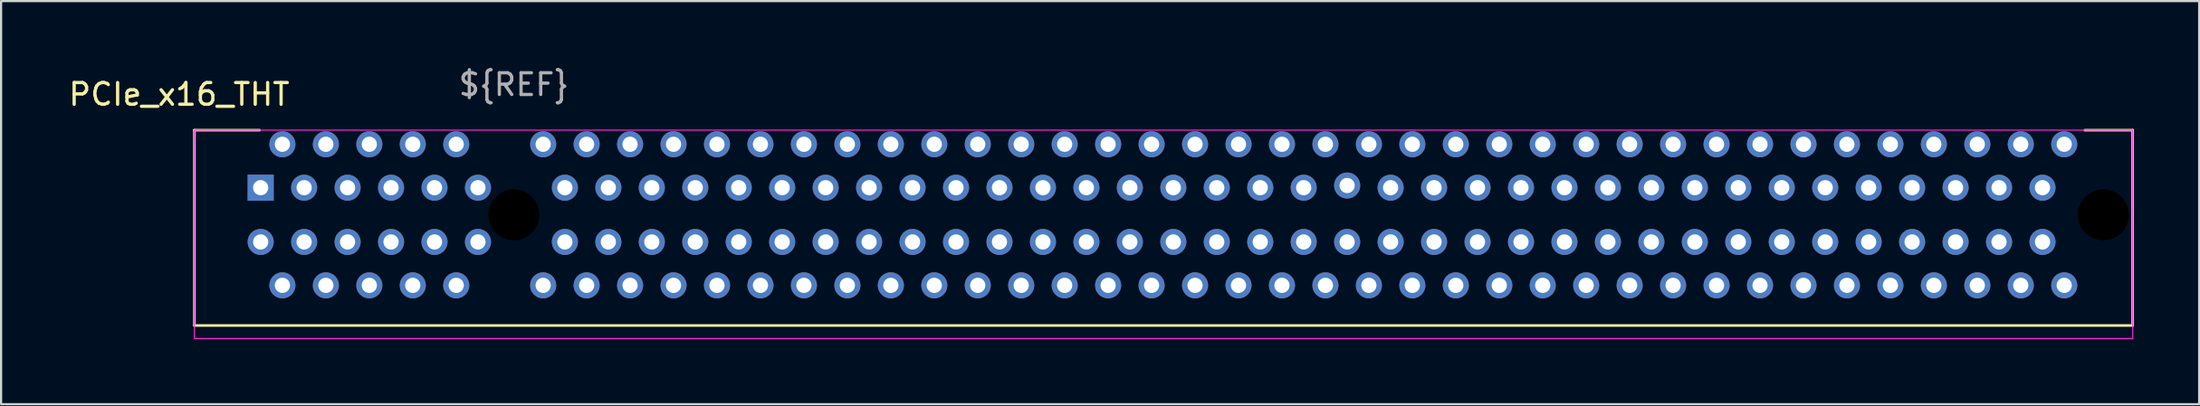
<source format=kicad_pcb>
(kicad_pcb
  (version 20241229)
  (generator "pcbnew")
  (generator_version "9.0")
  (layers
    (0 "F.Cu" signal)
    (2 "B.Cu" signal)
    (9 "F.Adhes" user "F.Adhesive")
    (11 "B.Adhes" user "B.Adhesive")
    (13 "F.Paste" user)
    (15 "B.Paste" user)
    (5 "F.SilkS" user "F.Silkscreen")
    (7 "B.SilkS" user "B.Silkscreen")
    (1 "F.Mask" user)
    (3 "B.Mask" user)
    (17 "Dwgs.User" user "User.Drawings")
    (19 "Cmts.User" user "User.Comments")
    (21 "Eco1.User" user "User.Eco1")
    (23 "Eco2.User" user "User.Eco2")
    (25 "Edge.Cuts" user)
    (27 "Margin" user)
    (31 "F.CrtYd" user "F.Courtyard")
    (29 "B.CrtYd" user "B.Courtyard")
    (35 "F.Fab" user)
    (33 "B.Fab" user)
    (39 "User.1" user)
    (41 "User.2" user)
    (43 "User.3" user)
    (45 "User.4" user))
  (footprint "PCIe_x16_THT"
    (layer "F.Cu")
    (at 20.596 6.848)
    (property "Reference" "PCIe_x16_THT" (at -15.4 -5.55 0) (unlocked yes) (layer "F.SilkS") (effects (font (size 1 1) (thickness 0.15))))
    (fp_line (start -14.7 -3.9) (end -14.7 5.1) (stroke (width 0.12) (type solid)) (layer "F.SilkS"))
    (fp_line (start -14.7 -3.9) (end -11.7 -3.9) (stroke (width 0.12) (type solid)) (layer "F.SilkS"))
    (fp_line (start -14.7 5.1) (end 74.5 5.1) (stroke (width 0.12) (type solid)) (layer "F.SilkS"))
    (fp_line (start 74.5 -3.9) (end 72.3 -3.9) (stroke (width 0.12) (type solid)) (layer "F.SilkS"))
    (fp_line (start 74.5 5.1) (end 74.5 -3.9) (stroke (width 0.12) (type solid)) (layer "F.SilkS"))
    (fp_rect (start -14.7 5.7) (end 74.504 -3.9) (stroke (width 0.05) (type solid)) (fill no) (layer "F.CrtYd"))
    (fp_text user "${REF}" (at 0 -6 0) (unlocked yes) (layer "F.Fab") (effects (font (size 1 1) (thickness 0.15))))
    (pad "" np_thru_hole circle (at 0 0) (size 2.35 2.35) (drill 2.35) (layers "*.Mask"))
    (pad "" np_thru_hole circle (at 73.15 0) (size 2.35 2.35) (drill 2.35) (layers "*.Mask"))
    (pad "A1" thru_hole rect (at -11.65 -1.25) (size 1.2 1.2) (drill 0.7) (layers "*.Cu" "*.Mask"))
    (pad "A2" thru_hole circle (at -10.65 -3.25) (size 1.2 1.2) (drill 0.7) (layers "*.Cu" "*.Mask"))
    (pad "A3" thru_hole circle (at -9.65 -1.25) (size 1.2 1.2) (drill 0.7) (layers "*.Cu" "*.Mask"))
    (pad "A4" thru_hole circle (at -8.65 -3.25) (size 1.2 1.2) (drill 0.7) (layers "*.Cu" "*.Mask"))
    (pad "A5" thru_hole circle (at -7.65 -1.25) (size 1.2 1.2) (drill 0.7) (layers "*.Cu" "*.Mask"))
    (pad "A6" thru_hole circle (at -6.65 -3.25) (size 1.2 1.2) (drill 0.7) (layers "*.Cu" "*.Mask"))
    (pad "A7" thru_hole circle (at -5.65 -1.25) (size 1.2 1.2) (drill 0.7) (layers "*.Cu" "*.Mask"))
    (pad "A8" thru_hole circle (at -4.65 -3.25) (size 1.2 1.2) (drill 0.7) (layers "*.Cu" "*.Mask"))
    (pad "A9" thru_hole circle (at -3.65 -1.25) (size 1.2 1.2) (drill 0.7) (layers "*.Cu" "*.Mask"))
    (pad "A10" thru_hole circle (at -2.65 -3.25) (size 1.2 1.2) (drill 0.7) (layers "*.Cu" "*.Mask"))
    (pad "A11" thru_hole circle (at -1.65 -1.25) (size 1.2 1.2) (drill 0.7) (layers "*.Cu" "*.Mask"))
    (pad "A12" thru_hole circle (at 1.35 -3.25) (size 1.2 1.2) (drill 0.7) (layers "*.Cu" "*.Mask"))
    (pad "A13" thru_hole circle (at 2.35 -1.25) (size 1.2 1.2) (drill 0.7) (layers "*.Cu" "*.Mask"))
    (pad "A14" thru_hole circle (at 3.35 -3.25) (size 1.2 1.2) (drill 0.7) (layers "*.Cu" "*.Mask"))
    (pad "A15" thru_hole circle (at 4.35 -1.25) (size 1.2 1.2) (drill 0.7) (layers "*.Cu" "*.Mask"))
    (pad "A16" thru_hole circle (at 5.35 -3.25) (size 1.2 1.2) (drill 0.7) (layers "*.Cu" "*.Mask"))
    (pad "A17" thru_hole circle (at 6.35 -1.25) (size 1.2 1.2) (drill 0.7) (layers "*.Cu" "*.Mask"))
    (pad "A18" thru_hole circle (at 7.35 -3.25) (size 1.2 1.2) (drill 0.7) (layers "*.Cu" "*.Mask"))
    (pad "A19" thru_hole circle (at 8.35 -1.25) (size 1.2 1.2) (drill 0.7) (layers "*.Cu" "*.Mask"))
    (pad "A20" thru_hole circle (at 9.35 -3.25) (size 1.2 1.2) (drill 0.7) (layers "*.Cu" "*.Mask"))
    (pad "A21" thru_hole circle (at 10.35 -1.25) (size 1.2 1.2) (drill 0.7) (layers "*.Cu" "*.Mask"))
    (pad "A22" thru_hole circle (at 11.35 -3.25) (size 1.2 1.2) (drill 0.7) (layers "*.Cu" "*.Mask"))
    (pad "A23" thru_hole circle (at 12.35 -1.25) (size 1.2 1.2) (drill 0.7) (layers "*.Cu" "*.Mask"))
    (pad "A24" thru_hole circle (at 13.35 -3.25) (size 1.2 1.2) (drill 0.7) (layers "*.Cu" "*.Mask"))
    (pad "A25" thru_hole circle (at 14.35 -1.25) (size 1.2 1.2) (drill 0.7) (layers "*.Cu" "*.Mask"))
    (pad "A26" thru_hole circle (at 15.35 -3.25) (size 1.2 1.2) (drill 0.7) (layers "*.Cu" "*.Mask"))
    (pad "A27" thru_hole circle (at 16.35 -1.25) (size 1.2 1.2) (drill 0.7) (layers "*.Cu" "*.Mask"))
    (pad "A28" thru_hole circle (at 17.35 -3.25) (size 1.2 1.2) (drill 0.7) (layers "*.Cu" "*.Mask"))
    (pad "A29" thru_hole circle (at 18.35 -1.25) (size 1.2 1.2) (drill 0.7) (layers "*.Cu" "*.Mask"))
    (pad "A30" thru_hole circle (at 19.35 -3.25) (size 1.2 1.2) (drill 0.7) (layers "*.Cu" "*.Mask"))
    (pad "A31" thru_hole circle (at 20.35 -1.25) (size 1.2 1.2) (drill 0.7) (layers "*.Cu" "*.Mask"))
    (pad "A32" thru_hole circle (at 21.35 -3.25) (size 1.2 1.2) (drill 0.7) (layers "*.Cu" "*.Mask"))
    (pad "A33" thru_hole circle (at 22.35 -1.25) (size 1.2 1.2) (drill 0.7) (layers "*.Cu" "*.Mask"))
    (pad "A34" thru_hole circle (at 23.35 -3.25) (size 1.2 1.2) (drill 0.7) (layers "*.Cu" "*.Mask"))
    (pad "A35" thru_hole circle (at 24.35 -1.25) (size 1.2 1.2) (drill 0.7) (layers "*.Cu" "*.Mask"))
    (pad "A36" thru_hole circle (at 25.35 -3.25) (size 1.2 1.2) (drill 0.7) (layers "*.Cu" "*.Mask"))
    (pad "A37" thru_hole circle (at 26.35 -1.25) (size 1.2 1.2) (drill 0.7) (layers "*.Cu" "*.Mask"))
    (pad "A38" thru_hole circle (at 27.35 -3.25) (size 1.2 1.2) (drill 0.7) (layers "*.Cu" "*.Mask"))
    (pad "A39" thru_hole circle (at 28.35 -1.25) (size 1.2 1.2) (drill 0.7) (layers "*.Cu" "*.Mask"))
    (pad "A40" thru_hole circle (at 29.35 -3.25) (size 1.2 1.2) (drill 0.7) (layers "*.Cu" "*.Mask"))
    (pad "A41" thru_hole circle (at 30.35 -1.25) (size 1.2 1.2) (drill 0.7) (layers "*.Cu" "*.Mask"))
    (pad "A42" thru_hole circle (at 31.35 -3.25) (size 1.2 1.2) (drill 0.7) (layers "*.Cu" "*.Mask"))
    (pad "A43" thru_hole circle (at 32.35 -1.25) (size 1.2 1.2) (drill 0.7) (layers "*.Cu" "*.Mask"))
    (pad "A44" thru_hole circle (at 33.35 -3.25) (size 1.2 1.2) (drill 0.7) (layers "*.Cu" "*.Mask"))
    (pad "A45" thru_hole circle (at 34.35 -1.25) (size 1.2 1.2) (drill 0.7) (layers "*.Cu" "*.Mask"))
    (pad "A46" thru_hole circle (at 35.35 -3.25) (size 1.2 1.2) (drill 0.7) (layers "*.Cu" "*.Mask"))
    (pad "A47" thru_hole circle (at 36.35 -1.25) (size 1.2 1.2) (drill 0.7) (layers "*.Cu" "*.Mask"))
    (pad "A48" thru_hole circle (at 37.35 -3.25) (size 1.2 1.2) (drill 0.7) (layers "*.Cu" "*.Mask"))
    (pad "A49" thru_hole circle (at 38.35 -1.35) (size 1.2 1.2) (drill 0.7) (layers "*.Cu" "*.Mask"))
    (pad "A50" thru_hole circle (at 39.35 -3.25) (size 1.2 1.2) (drill 0.7) (layers "*.Cu" "*.Mask"))
    (pad "A51" thru_hole circle (at 40.35 -1.25) (size 1.2 1.2) (drill 0.7) (layers "*.Cu" "*.Mask"))
    (pad "A52" thru_hole circle (at 41.35 -3.25) (size 1.2 1.2) (drill 0.7) (layers "*.Cu" "*.Mask"))
    (pad "A53" thru_hole circle (at 42.35 -1.25) (size 1.2 1.2) (drill 0.7) (layers "*.Cu" "*.Mask"))
    (pad "A54" thru_hole circle (at 43.35 -3.25) (size 1.2 1.2) (drill 0.7) (layers "*.Cu" "*.Mask"))
    (pad "A55" thru_hole circle (at 44.35 -1.25) (size 1.2 1.2) (drill 0.7) (layers "*.Cu" "*.Mask"))
    (pad "A56" thru_hole circle (at 45.35 -3.25) (size 1.2 1.2) (drill 0.7) (layers "*.Cu" "*.Mask"))
    (pad "A57" thru_hole circle (at 46.35 -1.25) (size 1.2 1.2) (drill 0.7) (layers "*.Cu" "*.Mask"))
    (pad "A58" thru_hole circle (at 47.35 -3.25) (size 1.2 1.2) (drill 0.7) (layers "*.Cu" "*.Mask"))
    (pad "A59" thru_hole circle (at 48.35 -1.25) (size 1.2 1.2) (drill 0.7) (layers "*.Cu" "*.Mask"))
    (pad "A60" thru_hole circle (at 49.35 -3.25) (size 1.2 1.2) (drill 0.7) (layers "*.Cu" "*.Mask"))
    (pad "A61" thru_hole circle (at 50.35 -1.25) (size 1.2 1.2) (drill 0.7) (layers "*.Cu" "*.Mask"))
    (pad "A62" thru_hole circle (at 51.35 -3.25) (size 1.2 1.2) (drill 0.7) (layers "*.Cu" "*.Mask"))
    (pad "A63" thru_hole circle (at 52.35 -1.25) (size 1.2 1.2) (drill 0.7) (layers "*.Cu" "*.Mask"))
    (pad "A64" thru_hole circle (at 53.35 -3.25) (size 1.2 1.2) (drill 0.7) (layers "*.Cu" "*.Mask"))
    (pad "A65" thru_hole circle (at 54.35 -1.25) (size 1.2 1.2) (drill 0.7) (layers "*.Cu" "*.Mask"))
    (pad "A66" thru_hole circle (at 55.35 -3.25) (size 1.2 1.2) (drill 0.7) (layers "*.Cu" "*.Mask"))
    (pad "A67" thru_hole circle (at 56.35 -1.25) (size 1.2 1.2) (drill 0.7) (layers "*.Cu" "*.Mask"))
    (pad "A68" thru_hole circle (at 57.35 -3.25) (size 1.2 1.2) (drill 0.7) (layers "*.Cu" "*.Mask"))
    (pad "A69" thru_hole circle (at 58.35 -1.25) (size 1.2 1.2) (drill 0.7) (layers "*.Cu" "*.Mask"))
    (pad "A70" thru_hole circle (at 59.35 -3.25) (size 1.2 1.2) (drill 0.7) (layers "*.Cu" "*.Mask"))
    (pad "A71" thru_hole circle (at 60.35 -1.25) (size 1.2 1.2) (drill 0.7) (layers "*.Cu" "*.Mask"))
    (pad "A72" thru_hole circle (at 61.35 -3.25) (size 1.2 1.2) (drill 0.7) (layers "*.Cu" "*.Mask"))
    (pad "A73" thru_hole circle (at 62.35 -1.25) (size 1.2 1.2) (drill 0.7) (layers "*.Cu" "*.Mask"))
    (pad "A74" thru_hole circle (at 63.35 -3.25) (size 1.2 1.2) (drill 0.7) (layers "*.Cu" "*.Mask"))
    (pad "A75" thru_hole circle (at 64.35 -1.25) (size 1.2 1.2) (drill 0.7) (layers "*.Cu" "*.Mask"))
    (pad "A76" thru_hole circle (at 65.35 -3.25) (size 1.2 1.2) (drill 0.7) (layers "*.Cu" "*.Mask"))
    (pad "A77" thru_hole circle (at 66.35 -1.25) (size 1.2 1.2) (drill 0.7) (layers "*.Cu" "*.Mask"))
    (pad "A78" thru_hole circle (at 67.35 -3.25) (size 1.2 1.2) (drill 0.7) (layers "*.Cu" "*.Mask"))
    (pad "A79" thru_hole circle (at 68.35 -1.25) (size 1.2 1.2) (drill 0.7) (layers "*.Cu" "*.Mask"))
    (pad "A80" thru_hole circle (at 69.35 -3.25) (size 1.2 1.2) (drill 0.7) (layers "*.Cu" "*.Mask"))
    (pad "A81" thru_hole circle (at 70.35 -1.25) (size 1.2 1.2) (drill 0.7) (layers "*.Cu" "*.Mask"))
    (pad "A82" thru_hole circle (at 71.35 -3.25) (size 1.2 1.2) (drill 0.7) (layers "*.Cu" "*.Mask"))
    (pad "B1" thru_hole circle (at -11.65 1.25) (size 1.2 1.2) (drill 0.7) (layers "*.Cu" "*.Mask"))
    (pad "B2" thru_hole circle (at -10.65 3.25) (size 1.2 1.2) (drill 0.7) (layers "*.Cu" "*.Mask"))
    (pad "B3" thru_hole circle (at -9.65 1.25) (size 1.2 1.2) (drill 0.7) (layers "*.Cu" "*.Mask"))
    (pad "B4" thru_hole circle (at -8.65 3.25) (size 1.2 1.2) (drill 0.7) (layers "*.Cu" "*.Mask"))
    (pad "B5" thru_hole circle (at -7.65 1.25) (size 1.2 1.2) (drill 0.7) (layers "*.Cu" "*.Mask"))
    (pad "B6" thru_hole circle (at -6.65 3.25) (size 1.2 1.2) (drill 0.7) (layers "*.Cu" "*.Mask"))
    (pad "B7" thru_hole circle (at -5.65 1.25) (size 1.2 1.2) (drill 0.7) (layers "*.Cu" "*.Mask"))
    (pad "B8" thru_hole circle (at -4.65 3.25) (size 1.2 1.2) (drill 0.7) (layers "*.Cu" "*.Mask"))
    (pad "B9" thru_hole circle (at -3.65 1.25) (size 1.2 1.2) (drill 0.7) (layers "*.Cu" "*.Mask"))
    (pad "B10" thru_hole circle (at -2.65 3.25) (size 1.2 1.2) (drill 0.7) (layers "*.Cu" "*.Mask"))
    (pad "B11" thru_hole circle (at -1.65 1.25) (size 1.2 1.2) (drill 0.7) (layers "*.Cu" "*.Mask"))
    (pad "B12" thru_hole circle (at 1.35 3.25) (size 1.2 1.2) (drill 0.7) (layers "*.Cu" "*.Mask"))
    (pad "B13" thru_hole circle (at 2.35 1.25) (size 1.2 1.2) (drill 0.7) (layers "*.Cu" "*.Mask"))
    (pad "B14" thru_hole circle (at 3.35 3.25) (size 1.2 1.2) (drill 0.7) (layers "*.Cu" "*.Mask"))
    (pad "B15" thru_hole circle (at 4.35 1.25) (size 1.2 1.2) (drill 0.7) (layers "*.Cu" "*.Mask"))
    (pad "B16" thru_hole circle (at 5.35 3.25) (size 1.2 1.2) (drill 0.7) (layers "*.Cu" "*.Mask"))
    (pad "B17" thru_hole circle (at 6.35 1.25) (size 1.2 1.2) (drill 0.7) (layers "*.Cu" "*.Mask"))
    (pad "B18" thru_hole circle (at 7.35 3.25) (size 1.2 1.2) (drill 0.7) (layers "*.Cu" "*.Mask"))
    (pad "B19" thru_hole circle (at 8.35 1.25) (size 1.2 1.2) (drill 0.7) (layers "*.Cu" "*.Mask"))
    (pad "B20" thru_hole circle (at 9.35 3.25) (size 1.2 1.2) (drill 0.7) (layers "*.Cu" "*.Mask"))
    (pad "B21" thru_hole circle (at 10.35 1.25) (size 1.2 1.2) (drill 0.7) (layers "*.Cu" "*.Mask"))
    (pad "B22" thru_hole circle (at 11.35 3.25) (size 1.2 1.2) (drill 0.7) (layers "*.Cu" "*.Mask"))
    (pad "B23" thru_hole circle (at 12.35 1.25) (size 1.2 1.2) (drill 0.7) (layers "*.Cu" "*.Mask"))
    (pad "B24" thru_hole circle (at 13.35 3.25) (size 1.2 1.2) (drill 0.7) (layers "*.Cu" "*.Mask"))
    (pad "B25" thru_hole circle (at 14.35 1.25) (size 1.2 1.2) (drill 0.7) (layers "*.Cu" "*.Mask"))
    (pad "B26" thru_hole circle (at 15.35 3.25) (size 1.2 1.2) (drill 0.7) (layers "*.Cu" "*.Mask"))
    (pad "B27" thru_hole circle (at 16.35 1.25) (size 1.2 1.2) (drill 0.7) (layers "*.Cu" "*.Mask"))
    (pad "B28" thru_hole circle (at 17.35 3.25) (size 1.2 1.2) (drill 0.7) (layers "*.Cu" "*.Mask"))
    (pad "B29" thru_hole circle (at 18.35 1.25) (size 1.2 1.2) (drill 0.7) (layers "*.Cu" "*.Mask"))
    (pad "B30" thru_hole circle (at 19.35 3.25) (size 1.2 1.2) (drill 0.7) (layers "*.Cu" "*.Mask"))
    (pad "B31" thru_hole circle (at 20.35 1.25) (size 1.2 1.2) (drill 0.7) (layers "*.Cu" "*.Mask"))
    (pad "B32" thru_hole circle (at 21.35 3.25) (size 1.2 1.2) (drill 0.7) (layers "*.Cu" "*.Mask"))
    (pad "B33" thru_hole circle (at 22.35 1.25) (size 1.2 1.2) (drill 0.7) (layers "*.Cu" "*.Mask"))
    (pad "B34" thru_hole circle (at 23.35 3.25) (size 1.2 1.2) (drill 0.7) (layers "*.Cu" "*.Mask"))
    (pad "B35" thru_hole circle (at 24.35 1.25) (size 1.2 1.2) (drill 0.7) (layers "*.Cu" "*.Mask"))
    (pad "B36" thru_hole circle (at 25.35 3.25) (size 1.2 1.2) (drill 0.7) (layers "*.Cu" "*.Mask"))
    (pad "B37" thru_hole circle (at 26.35 1.25) (size 1.2 1.2) (drill 0.7) (layers "*.Cu" "*.Mask"))
    (pad "B38" thru_hole circle (at 27.35 3.25) (size 1.2 1.2) (drill 0.7) (layers "*.Cu" "*.Mask"))
    (pad "B39" thru_hole circle (at 28.35 1.25) (size 1.2 1.2) (drill 0.7) (layers "*.Cu" "*.Mask"))
    (pad "B40" thru_hole circle (at 29.35 3.25) (size 1.2 1.2) (drill 0.7) (layers "*.Cu" "*.Mask"))
    (pad "B41" thru_hole circle (at 30.35 1.25) (size 1.2 1.2) (drill 0.7) (layers "*.Cu" "*.Mask"))
    (pad "B42" thru_hole circle (at 31.35 3.25) (size 1.2 1.2) (drill 0.7) (layers "*.Cu" "*.Mask"))
    (pad "B43" thru_hole circle (at 32.35 1.25) (size 1.2 1.2) (drill 0.7) (layers "*.Cu" "*.Mask"))
    (pad "B44" thru_hole circle (at 33.35 3.25) (size 1.2 1.2) (drill 0.7) (layers "*.Cu" "*.Mask"))
    (pad "B45" thru_hole circle (at 34.35 1.25) (size 1.2 1.2) (drill 0.7) (layers "*.Cu" "*.Mask"))
    (pad "B46" thru_hole circle (at 35.35 3.25) (size 1.2 1.2) (drill 0.7) (layers "*.Cu" "*.Mask"))
    (pad "B47" thru_hole circle (at 36.35 1.25) (size 1.2 1.2) (drill 0.7) (layers "*.Cu" "*.Mask"))
    (pad "B48" thru_hole circle (at 37.35 3.25) (size 1.2 1.2) (drill 0.7) (layers "*.Cu" "*.Mask"))
    (pad "B49" thru_hole circle (at 38.35 1.25) (size 1.2 1.2) (drill 0.7) (layers "*.Cu" "*.Mask"))
    (pad "B50" thru_hole circle (at 39.35 3.25) (size 1.2 1.2) (drill 0.7) (layers "*.Cu" "*.Mask"))
    (pad "B51" thru_hole circle (at 40.35 1.25) (size 1.2 1.2) (drill 0.7) (layers "*.Cu" "*.Mask"))
    (pad "B52" thru_hole circle (at 41.35 3.25) (size 1.2 1.2) (drill 0.7) (layers "*.Cu" "*.Mask"))
    (pad "B53" thru_hole circle (at 42.35 1.25) (size 1.2 1.2) (drill 0.7) (layers "*.Cu" "*.Mask"))
    (pad "B54" thru_hole circle (at 43.35 3.25) (size 1.2 1.2) (drill 0.7) (layers "*.Cu" "*.Mask"))
    (pad "B55" thru_hole circle (at 44.35 1.25) (size 1.2 1.2) (drill 0.7) (layers "*.Cu" "*.Mask"))
    (pad "B56" thru_hole circle (at 45.35 3.25) (size 1.2 1.2) (drill 0.7) (layers "*.Cu" "*.Mask"))
    (pad "B57" thru_hole circle (at 46.35 1.25) (size 1.2 1.2) (drill 0.7) (layers "*.Cu" "*.Mask"))
    (pad "B58" thru_hole circle (at 47.35 3.25) (size 1.2 1.2) (drill 0.7) (layers "*.Cu" "*.Mask"))
    (pad "B59" thru_hole circle (at 48.35 1.25) (size 1.2 1.2) (drill 0.7) (layers "*.Cu" "*.Mask"))
    (pad "B60" thru_hole circle (at 49.35 3.25) (size 1.2 1.2) (drill 0.7) (layers "*.Cu" "*.Mask"))
    (pad "B61" thru_hole circle (at 50.35 1.25) (size 1.2 1.2) (drill 0.7) (layers "*.Cu" "*.Mask"))
    (pad "B62" thru_hole circle (at 51.35 3.25) (size 1.2 1.2) (drill 0.7) (layers "*.Cu" "*.Mask"))
    (pad "B63" thru_hole circle (at 52.35 1.25) (size 1.2 1.2) (drill 0.7) (layers "*.Cu" "*.Mask"))
    (pad "B64" thru_hole circle (at 53.35 3.25) (size 1.2 1.2) (drill 0.7) (layers "*.Cu" "*.Mask"))
    (pad "B65" thru_hole circle (at 54.35 1.25) (size 1.2 1.2) (drill 0.7) (layers "*.Cu" "*.Mask"))
    (pad "B66" thru_hole circle (at 55.35 3.25) (size 1.2 1.2) (drill 0.7) (layers "*.Cu" "*.Mask"))
    (pad "B67" thru_hole circle (at 56.35 1.25) (size 1.2 1.2) (drill 0.7) (layers "*.Cu" "*.Mask"))
    (pad "B68" thru_hole circle (at 57.35 3.25) (size 1.2 1.2) (drill 0.7) (layers "*.Cu" "*.Mask"))
    (pad "B69" thru_hole circle (at 58.35 1.25) (size 1.2 1.2) (drill 0.7) (layers "*.Cu" "*.Mask"))
    (pad "B70" thru_hole circle (at 59.35 3.25) (size 1.2 1.2) (drill 0.7) (layers "*.Cu" "*.Mask"))
    (pad "B71" thru_hole circle (at 60.35 1.25) (size 1.2 1.2) (drill 0.7) (layers "*.Cu" "*.Mask"))
    (pad "B72" thru_hole circle (at 61.35 3.25) (size 1.2 1.2) (drill 0.7) (layers "*.Cu" "*.Mask"))
    (pad "B73" thru_hole circle (at 62.35 1.25) (size 1.2 1.2) (drill 0.7) (layers "*.Cu" "*.Mask"))
    (pad "B74" thru_hole circle (at 63.35 3.25) (size 1.2 1.2) (drill 0.7) (layers "*.Cu" "*.Mask"))
    (pad "B75" thru_hole circle (at 64.35 1.25) (size 1.2 1.2) (drill 0.7) (layers "*.Cu" "*.Mask"))
    (pad "B76" thru_hole circle (at 65.35 3.25) (size 1.2 1.2) (drill 0.7) (layers "*.Cu" "*.Mask"))
    (pad "B77" thru_hole circle (at 66.35 1.25) (size 1.2 1.2) (drill 0.7) (layers "*.Cu" "*.Mask"))
    (pad "B78" thru_hole circle (at 67.35 3.25) (size 1.2 1.2) (drill 0.7) (layers "*.Cu" "*.Mask"))
    (pad "B79" thru_hole circle (at 68.35 1.25) (size 1.2 1.2) (drill 0.7) (layers "*.Cu" "*.Mask"))
    (pad "B80" thru_hole circle (at 69.35 3.25) (size 1.2 1.2) (drill 0.7) (layers "*.Cu" "*.Mask"))
    (pad "B81" thru_hole circle (at 70.35 1.25) (size 1.2 1.2) (drill 0.7) (layers "*.Cu" "*.Mask"))
    (pad "B82" thru_hole circle (at 71.35 3.25) (size 1.2 1.2) (drill 0.7) (layers "*.Cu" "*.Mask")))
  (gr_rect
    (start -3 -3)
    (end 98.156 15.573)
    (stroke (width 0.1) (type default))
    (fill no)
    (layer "Edge.Cuts")))
</source>
